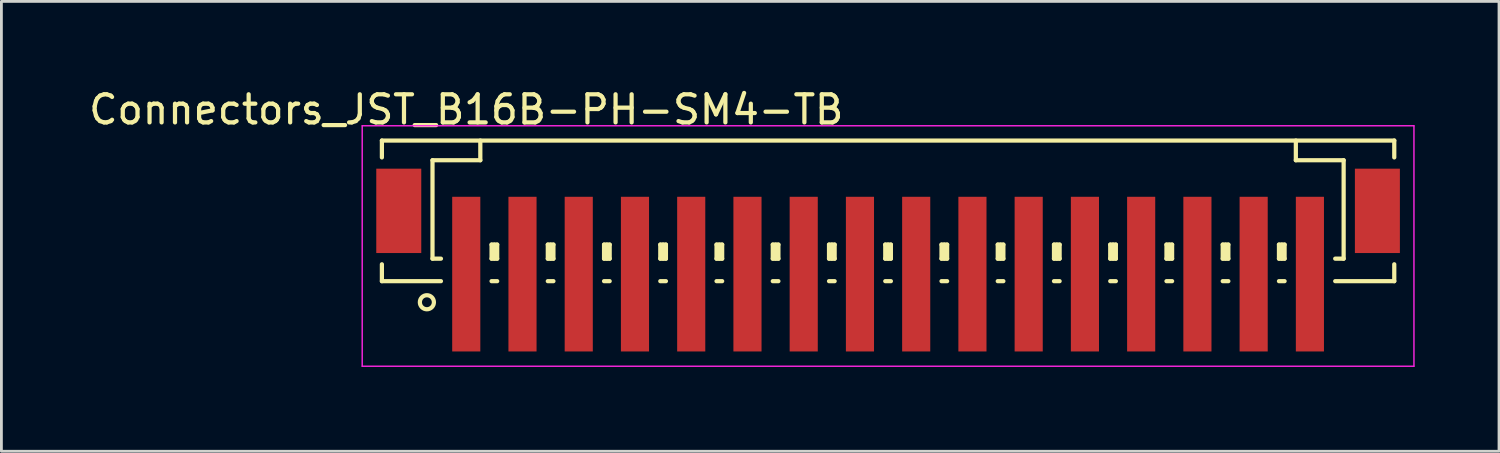
<source format=kicad_pcb>
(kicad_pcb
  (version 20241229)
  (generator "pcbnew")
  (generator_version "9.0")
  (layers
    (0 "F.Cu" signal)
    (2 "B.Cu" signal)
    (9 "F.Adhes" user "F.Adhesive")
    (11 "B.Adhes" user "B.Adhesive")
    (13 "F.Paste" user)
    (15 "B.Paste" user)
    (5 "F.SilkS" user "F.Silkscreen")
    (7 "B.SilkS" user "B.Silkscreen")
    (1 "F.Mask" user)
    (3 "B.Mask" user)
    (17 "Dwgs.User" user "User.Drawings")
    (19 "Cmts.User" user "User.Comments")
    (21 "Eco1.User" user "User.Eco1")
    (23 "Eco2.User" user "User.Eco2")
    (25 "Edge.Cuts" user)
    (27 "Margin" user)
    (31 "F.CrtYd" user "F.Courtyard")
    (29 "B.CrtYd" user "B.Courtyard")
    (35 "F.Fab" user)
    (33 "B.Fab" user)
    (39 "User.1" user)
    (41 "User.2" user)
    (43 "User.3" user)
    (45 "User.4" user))
  (footprint "Connectors_JST_B16B-PH-SM4-TB"
    (layer "F.Cu")
    (at 28.53 5.573)
    (property "Reference" "Connectors_JST_B16B-PH-SM4-TB" (at -15 -4.725 0) (layer "F.SilkS") (effects (font (size 1 1) (thickness 0.15))))
    (attr smd)
    (fp_line (start -18 -3.625) (end 18 -3.625) (stroke (width 0.15) (type solid)) (layer "F.SilkS"))
    (fp_line (start -18 -3.025) (end -18 -3.625) (stroke (width 0.15) (type solid)) (layer "F.SilkS"))
    (fp_line (start -18 0.775) (end -18 1.375) (stroke (width 0.15) (type solid)) (layer "F.SilkS"))
    (fp_line (start -18 1.375) (end -15.9 1.375) (stroke (width 0.15) (type solid)) (layer "F.SilkS"))
    (fp_line (start -16.2 -2.925) (end -16.2 0.575) (stroke (width 0.15) (type solid)) (layer "F.SilkS"))
    (fp_line (start -16.2 0.575) (end -15.9 0.575) (stroke (width 0.15) (type solid)) (layer "F.SilkS"))
    (fp_line (start -14.5 -3.625) (end -14.5 -2.925) (stroke (width 0.15) (type solid)) (layer "F.SilkS"))
    (fp_line (start -14.5 -2.925) (end -16.2 -2.925) (stroke (width 0.15) (type solid)) (layer "F.SilkS"))
    (fp_line (start -14.1 0.075) (end -13.9 0.075) (stroke (width 0.15) (type solid)) (layer "F.SilkS"))
    (fp_line (start -14.1 0.575) (end -14.1 0.075) (stroke (width 0.15) (type solid)) (layer "F.SilkS"))
    (fp_line (start -14.1 0.575) (end -13.9 0.575) (stroke (width 0.15) (type solid)) (layer "F.SilkS"))
    (fp_line (start -14.1 1.375) (end -13.9 1.375) (stroke (width 0.15) (type solid)) (layer "F.SilkS"))
    (fp_line (start -14 0.575) (end -14 0.075) (stroke (width 0.15) (type solid)) (layer "F.SilkS"))
    (fp_line (start -13.9 0.075) (end -13.9 0.575) (stroke (width 0.15) (type solid)) (layer "F.SilkS"))
    (fp_line (start -12.1 0.075) (end -11.9 0.075) (stroke (width 0.15) (type solid)) (layer "F.SilkS"))
    (fp_line (start -12.1 0.575) (end -12.1 0.075) (stroke (width 0.15) (type solid)) (layer "F.SilkS"))
    (fp_line (start -12.1 0.575) (end -11.9 0.575) (stroke (width 0.15) (type solid)) (layer "F.SilkS"))
    (fp_line (start -12.1 1.375) (end -11.9 1.375) (stroke (width 0.15) (type solid)) (layer "F.SilkS"))
    (fp_line (start -12 0.575) (end -12 0.075) (stroke (width 0.15) (type solid)) (layer "F.SilkS"))
    (fp_line (start -11.9 0.075) (end -11.9 0.575) (stroke (width 0.15) (type solid)) (layer "F.SilkS"))
    (fp_line (start -10.1 0.075) (end -9.9 0.075) (stroke (width 0.15) (type solid)) (layer "F.SilkS"))
    (fp_line (start -10.1 0.575) (end -10.1 0.075) (stroke (width 0.15) (type solid)) (layer "F.SilkS"))
    (fp_line (start -10.1 0.575) (end -9.9 0.575) (stroke (width 0.15) (type solid)) (layer "F.SilkS"))
    (fp_line (start -10.1 1.375) (end -9.9 1.375) (stroke (width 0.15) (type solid)) (layer "F.SilkS"))
    (fp_line (start -10 0.575) (end -10 0.075) (stroke (width 0.15) (type solid)) (layer "F.SilkS"))
    (fp_line (start -9.9 0.075) (end -9.9 0.575) (stroke (width 0.15) (type solid)) (layer "F.SilkS"))
    (fp_line (start -8.1 0.075) (end -7.9 0.075) (stroke (width 0.15) (type solid)) (layer "F.SilkS"))
    (fp_line (start -8.1 0.575) (end -8.1 0.075) (stroke (width 0.15) (type solid)) (layer "F.SilkS"))
    (fp_line (start -8.1 0.575) (end -7.9 0.575) (stroke (width 0.15) (type solid)) (layer "F.SilkS"))
    (fp_line (start -8.1 1.375) (end -7.9 1.375) (stroke (width 0.15) (type solid)) (layer "F.SilkS"))
    (fp_line (start -8 0.575) (end -8 0.075) (stroke (width 0.15) (type solid)) (layer "F.SilkS"))
    (fp_line (start -7.9 0.075) (end -7.9 0.575) (stroke (width 0.15) (type solid)) (layer "F.SilkS"))
    (fp_line (start -6.1 0.075) (end -5.9 0.075) (stroke (width 0.15) (type solid)) (layer "F.SilkS"))
    (fp_line (start -6.1 0.575) (end -6.1 0.075) (stroke (width 0.15) (type solid)) (layer "F.SilkS"))
    (fp_line (start -6.1 0.575) (end -5.9 0.575) (stroke (width 0.15) (type solid)) (layer "F.SilkS"))
    (fp_line (start -6.1 1.375) (end -5.9 1.375) (stroke (width 0.15) (type solid)) (layer "F.SilkS"))
    (fp_line (start -6 0.575) (end -6 0.075) (stroke (width 0.15) (type solid)) (layer "F.SilkS"))
    (fp_line (start -5.9 0.075) (end -5.9 0.575) (stroke (width 0.15) (type solid)) (layer "F.SilkS"))
    (fp_line (start -4.1 0.075) (end -3.9 0.075) (stroke (width 0.15) (type solid)) (layer "F.SilkS"))
    (fp_line (start -4.1 0.575) (end -4.1 0.075) (stroke (width 0.15) (type solid)) (layer "F.SilkS"))
    (fp_line (start -4.1 0.575) (end -3.9 0.575) (stroke (width 0.15) (type solid)) (layer "F.SilkS"))
    (fp_line (start -4.1 1.375) (end -3.9 1.375) (stroke (width 0.15) (type solid)) (layer "F.SilkS"))
    (fp_line (start -4 0.575) (end -4 0.075) (stroke (width 0.15) (type solid)) (layer "F.SilkS"))
    (fp_line (start -3.9 0.075) (end -3.9 0.575) (stroke (width 0.15) (type solid)) (layer "F.SilkS"))
    (fp_line (start -2.1 0.075) (end -1.9 0.075) (stroke (width 0.15) (type solid)) (layer "F.SilkS"))
    (fp_line (start -2.1 0.575) (end -2.1 0.075) (stroke (width 0.15) (type solid)) (layer "F.SilkS"))
    (fp_line (start -2.1 0.575) (end -1.9 0.575) (stroke (width 0.15) (type solid)) (layer "F.SilkS"))
    (fp_line (start -2.1 1.375) (end -1.9 1.375) (stroke (width 0.15) (type solid)) (layer "F.SilkS"))
    (fp_line (start -2 0.575) (end -2 0.075) (stroke (width 0.15) (type solid)) (layer "F.SilkS"))
    (fp_line (start -1.9 0.075) (end -1.9 0.575) (stroke (width 0.15) (type solid)) (layer "F.SilkS"))
    (fp_line (start -0.1 0.075) (end 0.1 0.075) (stroke (width 0.15) (type solid)) (layer "F.SilkS"))
    (fp_line (start -0.1 0.575) (end -0.1 0.075) (stroke (width 0.15) (type solid)) (layer "F.SilkS"))
    (fp_line (start -0.1 0.575) (end 0.1 0.575) (stroke (width 0.15) (type solid)) (layer "F.SilkS"))
    (fp_line (start -0.1 1.375) (end 0.1 1.375) (stroke (width 0.15) (type solid)) (layer "F.SilkS"))
    (fp_line (start 0 0.575) (end 0 0.075) (stroke (width 0.15) (type solid)) (layer "F.SilkS"))
    (fp_line (start 0.1 0.075) (end 0.1 0.575) (stroke (width 0.15) (type solid)) (layer "F.SilkS"))
    (fp_line (start 1.9 0.075) (end 2.1 0.075) (stroke (width 0.15) (type solid)) (layer "F.SilkS"))
    (fp_line (start 1.9 0.575) (end 1.9 0.075) (stroke (width 0.15) (type solid)) (layer "F.SilkS"))
    (fp_line (start 1.9 0.575) (end 2.1 0.575) (stroke (width 0.15) (type solid)) (layer "F.SilkS"))
    (fp_line (start 1.9 1.375) (end 2.1 1.375) (stroke (width 0.15) (type solid)) (layer "F.SilkS"))
    (fp_line (start 2 0.575) (end 2 0.075) (stroke (width 0.15) (type solid)) (layer "F.SilkS"))
    (fp_line (start 2.1 0.075) (end 2.1 0.575) (stroke (width 0.15) (type solid)) (layer "F.SilkS"))
    (fp_line (start 3.9 0.075) (end 4.1 0.075) (stroke (width 0.15) (type solid)) (layer "F.SilkS"))
    (fp_line (start 3.9 0.575) (end 3.9 0.075) (stroke (width 0.15) (type solid)) (layer "F.SilkS"))
    (fp_line (start 3.9 0.575) (end 4.1 0.575) (stroke (width 0.15) (type solid)) (layer "F.SilkS"))
    (fp_line (start 3.9 1.375) (end 4.1 1.375) (stroke (width 0.15) (type solid)) (layer "F.SilkS"))
    (fp_line (start 4 0.575) (end 4 0.075) (stroke (width 0.15) (type solid)) (layer "F.SilkS"))
    (fp_line (start 4.1 0.075) (end 4.1 0.575) (stroke (width 0.15) (type solid)) (layer "F.SilkS"))
    (fp_line (start 5.9 0.075) (end 6.1 0.075) (stroke (width 0.15) (type solid)) (layer "F.SilkS"))
    (fp_line (start 5.9 0.575) (end 5.9 0.075) (stroke (width 0.15) (type solid)) (layer "F.SilkS"))
    (fp_line (start 5.9 0.575) (end 6.1 0.575) (stroke (width 0.15) (type solid)) (layer "F.SilkS"))
    (fp_line (start 5.9 1.375) (end 6.1 1.375) (stroke (width 0.15) (type solid)) (layer "F.SilkS"))
    (fp_line (start 6 0.575) (end 6 0.075) (stroke (width 0.15) (type solid)) (layer "F.SilkS"))
    (fp_line (start 6.1 0.075) (end 6.1 0.575) (stroke (width 0.15) (type solid)) (layer "F.SilkS"))
    (fp_line (start 7.9 0.075) (end 8.1 0.075) (stroke (width 0.15) (type solid)) (layer "F.SilkS"))
    (fp_line (start 7.9 0.575) (end 7.9 0.075) (stroke (width 0.15) (type solid)) (layer "F.SilkS"))
    (fp_line (start 7.9 0.575) (end 8.1 0.575) (stroke (width 0.15) (type solid)) (layer "F.SilkS"))
    (fp_line (start 7.9 1.375) (end 8.1 1.375) (stroke (width 0.15) (type solid)) (layer "F.SilkS"))
    (fp_line (start 8 0.575) (end 8 0.075) (stroke (width 0.15) (type solid)) (layer "F.SilkS"))
    (fp_line (start 8.1 0.075) (end 8.1 0.575) (stroke (width 0.15) (type solid)) (layer "F.SilkS"))
    (fp_line (start 9.9 0.075) (end 10.1 0.075) (stroke (width 0.15) (type solid)) (layer "F.SilkS"))
    (fp_line (start 9.9 0.575) (end 9.9 0.075) (stroke (width 0.15) (type solid)) (layer "F.SilkS"))
    (fp_line (start 9.9 0.575) (end 10.1 0.575) (stroke (width 0.15) (type solid)) (layer "F.SilkS"))
    (fp_line (start 9.9 1.375) (end 10.1 1.375) (stroke (width 0.15) (type solid)) (layer "F.SilkS"))
    (fp_line (start 10 0.575) (end 10 0.075) (stroke (width 0.15) (type solid)) (layer "F.SilkS"))
    (fp_line (start 10.1 0.075) (end 10.1 0.575) (stroke (width 0.15) (type solid)) (layer "F.SilkS"))
    (fp_line (start 11.9 0.075) (end 12.1 0.075) (stroke (width 0.15) (type solid)) (layer "F.SilkS"))
    (fp_line (start 11.9 0.575) (end 11.9 0.075) (stroke (width 0.15) (type solid)) (layer "F.SilkS"))
    (fp_line (start 11.9 0.575) (end 12.1 0.575) (stroke (width 0.15) (type solid)) (layer "F.SilkS"))
    (fp_line (start 11.9 1.375) (end 12.1 1.375) (stroke (width 0.15) (type solid)) (layer "F.SilkS"))
    (fp_line (start 12 0.575) (end 12 0.075) (stroke (width 0.15) (type solid)) (layer "F.SilkS"))
    (fp_line (start 12.1 0.075) (end 12.1 0.575) (stroke (width 0.15) (type solid)) (layer "F.SilkS"))
    (fp_line (start 13.9 0.075) (end 14.1 0.075) (stroke (width 0.15) (type solid)) (layer "F.SilkS"))
    (fp_line (start 13.9 0.575) (end 13.9 0.075) (stroke (width 0.15) (type solid)) (layer "F.SilkS"))
    (fp_line (start 13.9 0.575) (end 14.1 0.575) (stroke (width 0.15) (type solid)) (layer "F.SilkS"))
    (fp_line (start 13.9 1.375) (end 14.1 1.375) (stroke (width 0.15) (type solid)) (layer "F.SilkS"))
    (fp_line (start 14 0.575) (end 14 0.075) (stroke (width 0.15) (type solid)) (layer "F.SilkS"))
    (fp_line (start 14.1 0.075) (end 14.1 0.575) (stroke (width 0.15) (type solid)) (layer "F.SilkS"))
    (fp_line (start 14.5 -3.625) (end 14.5 -2.925) (stroke (width 0.15) (type solid)) (layer "F.SilkS"))
    (fp_line (start 14.5 -2.925) (end 16.2 -2.925) (stroke (width 0.15) (type solid)) (layer "F.SilkS"))
    (fp_line (start 16.2 -2.925) (end 16.2 0.575) (stroke (width 0.15) (type solid)) (layer "F.SilkS"))
    (fp_line (start 16.2 0.575) (end 15.9 0.575) (stroke (width 0.15) (type solid)) (layer "F.SilkS"))
    (fp_line (start 18 -3.625) (end 18 -3.025) (stroke (width 0.15) (type solid)) (layer "F.SilkS"))
    (fp_line (start 18 0.775) (end 18 1.375) (stroke (width 0.15) (type solid)) (layer "F.SilkS"))
    (fp_line (start 18 1.375) (end 15.9 1.375) (stroke (width 0.15) (type solid)) (layer "F.SilkS"))
    (fp_circle (center -16.4 2.125) (end -16.15 2.125) (stroke (width 0.15) (type solid)) (fill no) (layer "F.SilkS"))
    (fp_line (start -18.7 -4.15) (end 18.7 -4.15) (stroke (width 0.05) (type solid)) (layer "F.CrtYd"))
    (fp_line (start -18.7 4.4) (end -18.7 -4.15) (stroke (width 0.05) (type solid)) (layer "F.CrtYd"))
    (fp_line (start 18.7 -4.15) (end 18.7 4.4) (stroke (width 0.05) (type solid)) (layer "F.CrtYd"))
    (fp_line (start 18.7 4.4) (end -18.7 4.4) (stroke (width 0.05) (type solid)) (layer "F.CrtYd"))
    (pad "" smd rect (at -17.4 -1.125) (size 1.6 3) (layers "F.Cu" "F.Mask" "F.Paste"))
    (pad "" smd rect (at 17.4 -1.125) (size 1.6 3) (layers "F.Cu" "F.Mask" "F.Paste"))
    (pad "1" smd rect (at -15 1.125) (size 1 5.5) (layers "F.Cu" "F.Mask" "F.Paste"))
    (pad "2" smd rect (at -13 1.125) (size 1 5.5) (layers "F.Cu" "F.Mask" "F.Paste"))
    (pad "3" smd rect (at -11 1.125) (size 1 5.5) (layers "F.Cu" "F.Mask" "F.Paste"))
    (pad "4" smd rect (at -9 1.125) (size 1 5.5) (layers "F.Cu" "F.Mask" "F.Paste"))
    (pad "5" smd rect (at -7 1.125) (size 1 5.5) (layers "F.Cu" "F.Mask" "F.Paste"))
    (pad "6" smd rect (at -5 1.125) (size 1 5.5) (layers "F.Cu" "F.Mask" "F.Paste"))
    (pad "7" smd rect (at -3 1.125) (size 1 5.5) (layers "F.Cu" "F.Mask" "F.Paste"))
    (pad "8" smd rect (at -1 1.125) (size 1 5.5) (layers "F.Cu" "F.Mask" "F.Paste"))
    (pad "9" smd rect (at 1 1.125) (size 1 5.5) (layers "F.Cu" "F.Mask" "F.Paste"))
    (pad "10" smd rect (at 3 1.125) (size 1 5.5) (layers "F.Cu" "F.Mask" "F.Paste"))
    (pad "11" smd rect (at 5 1.125) (size 1 5.5) (layers "F.Cu" "F.Mask" "F.Paste"))
    (pad "12" smd rect (at 7 1.125) (size 1 5.5) (layers "F.Cu" "F.Mask" "F.Paste"))
    (pad "13" smd rect (at 9 1.125) (size 1 5.5) (layers "F.Cu" "F.Mask" "F.Paste"))
    (pad "14" smd rect (at 11 1.125) (size 1 5.5) (layers "F.Cu" "F.Mask" "F.Paste"))
    (pad "15" smd rect (at 13 1.125) (size 1 5.5) (layers "F.Cu" "F.Mask" "F.Paste"))
    (pad "16" smd rect (at 15 1.125) (size 1 5.5) (layers "F.Cu" "F.Mask" "F.Paste")))
  (gr_rect
    (start -3 -3)
    (end 50.255 12.998)
    (stroke (width 0.1) (type default))
    (fill no)
    (layer "Edge.Cuts")))
</source>
